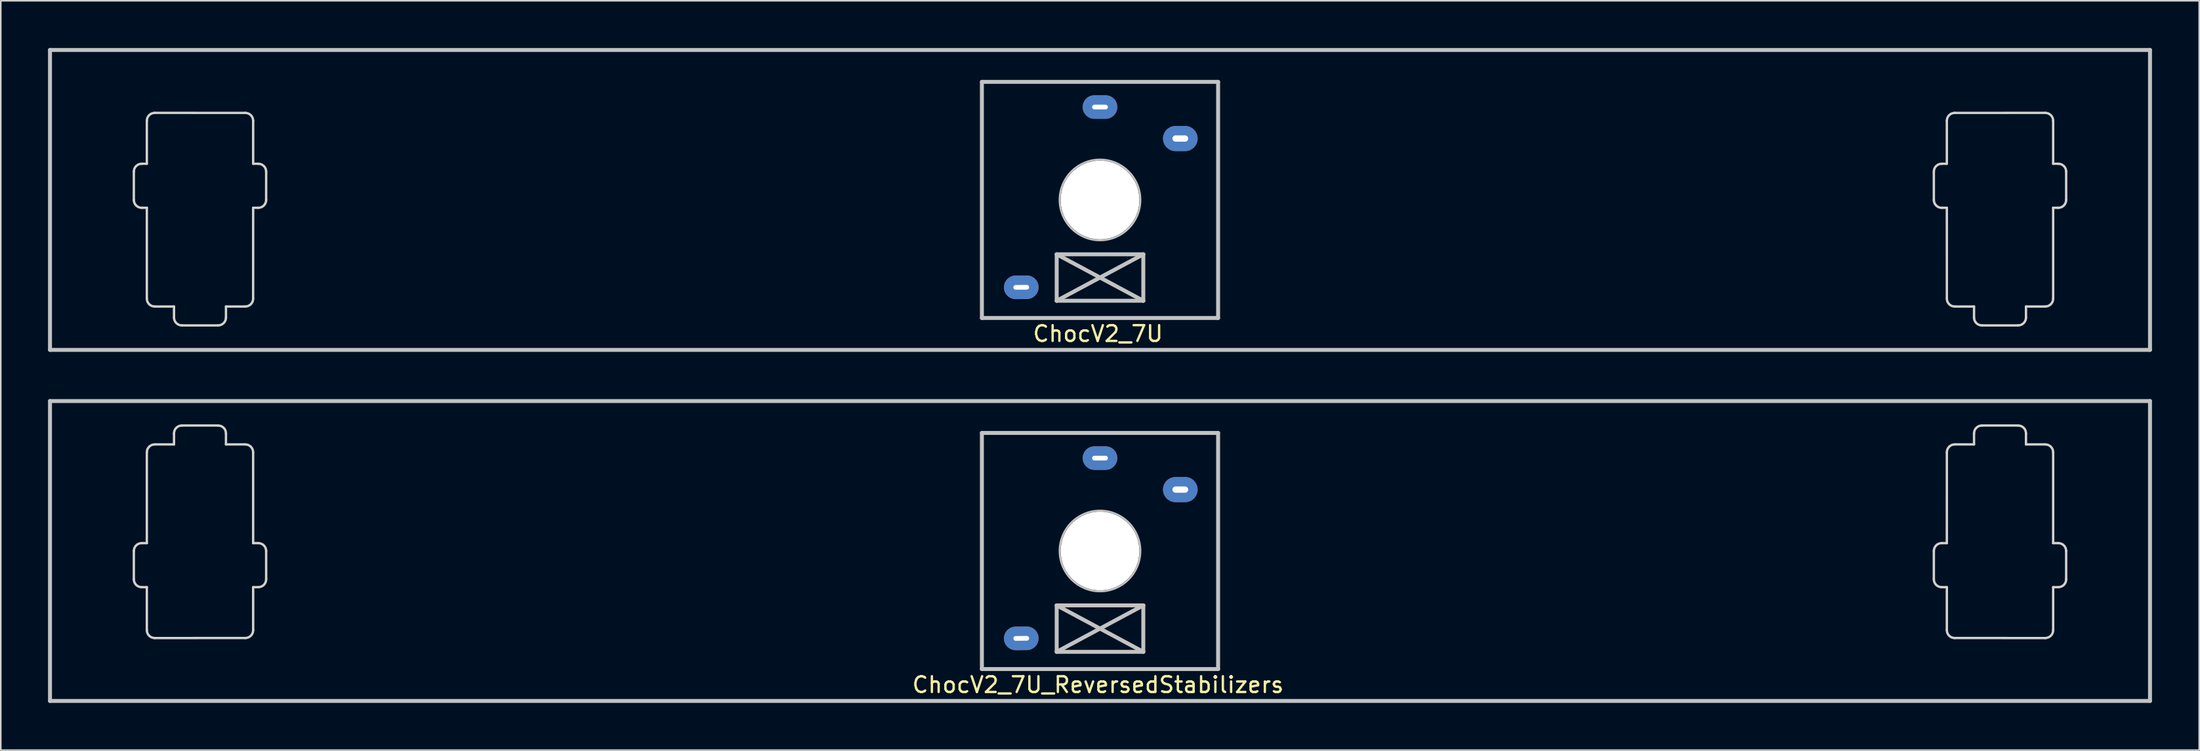
<source format=kicad_pcb>
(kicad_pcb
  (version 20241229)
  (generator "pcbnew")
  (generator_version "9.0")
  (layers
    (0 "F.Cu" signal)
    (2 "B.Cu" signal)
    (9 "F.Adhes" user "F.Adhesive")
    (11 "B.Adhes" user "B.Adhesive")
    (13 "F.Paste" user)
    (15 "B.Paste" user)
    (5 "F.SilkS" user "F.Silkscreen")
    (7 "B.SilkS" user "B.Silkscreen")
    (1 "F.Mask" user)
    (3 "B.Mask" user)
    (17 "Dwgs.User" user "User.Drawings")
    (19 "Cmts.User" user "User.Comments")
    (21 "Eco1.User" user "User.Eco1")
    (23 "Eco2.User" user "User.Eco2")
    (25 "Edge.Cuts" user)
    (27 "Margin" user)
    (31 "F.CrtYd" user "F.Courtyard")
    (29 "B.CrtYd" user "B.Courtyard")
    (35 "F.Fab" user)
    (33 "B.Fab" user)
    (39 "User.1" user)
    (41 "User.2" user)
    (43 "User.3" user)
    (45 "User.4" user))
  (footprint "ChocV2_7U"
    (layer "F.Cu")
    (at 66.8 9.65)
    (property "Reference" "ChocV2_7U" (at -0.127 8.5 0) (layer "F.SilkS") (effects (font (size 1 1) (thickness 0.15))))
    (attr through_hole)
    (fp_line (start -66.675 9.525) (end -66.675 -9.525) (stroke (width 0.25) (type solid)) (layer "Dwgs.User"))
    (fp_line (start -66.675 9.525) (end 66.675 9.525) (stroke (width 0.25) (type solid)) (layer "Dwgs.User"))
    (fp_line (start -7.5 -7.5) (end 7.5 -7.5) (stroke (width 0.25) (type solid)) (layer "Dwgs.User"))
    (fp_line (start -7.5 7.5) (end -7.5 -7.5) (stroke (width 0.25) (type solid)) (layer "Dwgs.User"))
    (fp_line (start -2.75 3.455) (end -2.75 6.405) (stroke (width 0.25) (type solid)) (layer "Dwgs.User"))
    (fp_line (start -2.75 3.455) (end 2.75 6.405) (stroke (width 0.25) (type solid)) (layer "Dwgs.User"))
    (fp_line (start -2.75 6.405) (end 2.75 3.455) (stroke (width 0.25) (type solid)) (layer "Dwgs.User"))
    (fp_line (start -2.75 6.405) (end 2.75 6.405) (stroke (width 0.25) (type solid)) (layer "Dwgs.User"))
    (fp_line (start 2.75 3.455) (end -2.75 3.455) (stroke (width 0.25) (type solid)) (layer "Dwgs.User"))
    (fp_line (start 2.75 6.405) (end 2.75 3.455) (stroke (width 0.25) (type solid)) (layer "Dwgs.User"))
    (fp_line (start 7.5 -7.5) (end 7.5 7.5) (stroke (width 0.25) (type solid)) (layer "Dwgs.User"))
    (fp_line (start 7.5 7.5) (end -7.5 7.5) (stroke (width 0.25) (type solid)) (layer "Dwgs.User"))
    (fp_line (start 66.675 -9.525) (end -66.675 -9.525) (stroke (width 0.25) (type solid)) (layer "Dwgs.User"))
    (fp_line (start 66.675 -9.525) (end 66.675 9.525) (stroke (width 0.25) (type solid)) (layer "Dwgs.User"))
    (fp_circle (center 0 0) (end -0.711 -2.464) (stroke (width 0.12) (type solid)) (fill no) (layer "Dwgs.User"))
    (fp_line (start -61.351 -1.799) (end -61.351 -0.000469) (stroke (width 0.15) (type solid)) (layer "Edge.Cuts"))
    (fp_line (start -60.851 0.5) (end -60.525 0.5) (stroke (width 0.15) (type solid)) (layer "Edge.Cuts"))
    (fp_line (start -60.525 -5.029) (end -60.525 -2.299) (stroke (width 0.15) (type solid)) (layer "Edge.Cuts"))
    (fp_line (start -60.525 -2.299) (end -60.851 -2.299) (stroke (width 0.15) (type solid)) (layer "Edge.Cuts"))
    (fp_line (start -60.525 0.5) (end -60.525 6.27) (stroke (width 0.15) (type solid)) (layer "Edge.Cuts"))
    (fp_line (start -60.025 6.77) (end -58.8 6.77) (stroke (width 0.15) (type solid)) (layer "Edge.Cuts"))
    (fp_line (start -60.025 -5.53) (end -54.274 -5.529) (stroke (width 0.15) (type solid)) (layer "Edge.Cuts"))
    (fp_line (start -58.8 6.77) (end -58.8 7.47) (stroke (width 0.15) (type solid)) (layer "Edge.Cuts"))
    (fp_line (start -56.001 7.97) (end -58.3 7.97) (stroke (width 0.15) (type solid)) (layer "Edge.Cuts"))
    (fp_line (start -55.501 6.77) (end -55.501 7.47) (stroke (width 0.15) (type solid)) (layer "Edge.Cuts"))
    (fp_line (start -54.276 6.77) (end -55.501 6.77) (stroke (width 0.15) (type solid)) (layer "Edge.Cuts"))
    (fp_line (start -53.775 0.5) (end -53.776 6.27) (stroke (width 0.15) (type solid)) (layer "Edge.Cuts"))
    (fp_line (start -53.775 -2.299) (end -53.449 -2.299) (stroke (width 0.15) (type solid)) (layer "Edge.Cuts"))
    (fp_line (start -53.775 -5.029) (end -53.775 -2.299) (stroke (width 0.15) (type solid)) (layer "Edge.Cuts"))
    (fp_line (start -53.45 0.5) (end -53.775 0.5) (stroke (width 0.15) (type solid)) (layer "Edge.Cuts"))
    (fp_line (start -52.949 -1.799) (end -52.95 -0.000034) (stroke (width 0.15) (type solid)) (layer "Edge.Cuts"))
    (fp_line (start 52.949 -1.799) (end 52.95 -0.000034) (stroke (width 0.15) (type solid)) (layer "Edge.Cuts"))
    (fp_line (start 53.45 0.5) (end 53.775 0.5) (stroke (width 0.15) (type solid)) (layer "Edge.Cuts"))
    (fp_line (start 53.775 -5.029) (end 53.775 -2.299) (stroke (width 0.15) (type solid)) (layer "Edge.Cuts"))
    (fp_line (start 53.775 -2.299) (end 53.449 -2.299) (stroke (width 0.15) (type solid)) (layer "Edge.Cuts"))
    (fp_line (start 53.775 0.5) (end 53.776 6.27) (stroke (width 0.15) (type solid)) (layer "Edge.Cuts"))
    (fp_line (start 54.276 6.77) (end 55.501 6.77) (stroke (width 0.15) (type solid)) (layer "Edge.Cuts"))
    (fp_line (start 55.501 6.77) (end 55.501 7.47) (stroke (width 0.15) (type solid)) (layer "Edge.Cuts"))
    (fp_line (start 56.001 7.97) (end 58.3 7.97) (stroke (width 0.15) (type solid)) (layer "Edge.Cuts"))
    (fp_line (start 58.8 6.77) (end 58.8 7.47) (stroke (width 0.15) (type solid)) (layer "Edge.Cuts"))
    (fp_line (start 60.025 -5.53) (end 54.274 -5.529) (stroke (width 0.15) (type solid)) (layer "Edge.Cuts"))
    (fp_line (start 60.025 6.77) (end 58.8 6.77) (stroke (width 0.15) (type solid)) (layer "Edge.Cuts"))
    (fp_line (start 60.525 -5.029) (end 60.525 -2.299) (stroke (width 0.15) (type solid)) (layer "Edge.Cuts"))
    (fp_line (start 60.525 -2.299) (end 60.851 -2.299) (stroke (width 0.15) (type solid)) (layer "Edge.Cuts"))
    (fp_line (start 60.525 0.5) (end 60.525 6.27) (stroke (width 0.15) (type solid)) (layer "Edge.Cuts"))
    (fp_line (start 60.851 0.5) (end 60.525 0.5) (stroke (width 0.15) (type solid)) (layer "Edge.Cuts"))
    (fp_line (start 61.351 -1.799) (end 61.351 -0.000469) (stroke (width 0.15) (type solid)) (layer "Edge.Cuts"))
    (fp_arc (start -61.3509 -1.79923) (mid -61.204453 -2.152783) (end -60.8509 -2.29923) (stroke (width 0.15) (type solid)) (layer "Edge.Cuts"))
    (fp_arc (start -60.8509 0.499531) (mid -61.204453 0.353084) (end -61.3509 -0.000469) (stroke (width 0.15) (type solid)) (layer "Edge.Cuts"))
    (fp_arc (start -60.52547 -5.029429) (mid -60.379023 -5.382982) (end -60.02547 -5.529429) (stroke (width 0.15) (type solid)) (layer "Edge.Cuts"))
    (fp_arc (start -60.02547 6.769599) (mid -60.379023 6.623152) (end -60.52547 6.269599) (stroke (width 0.15) (type solid)) (layer "Edge.Cuts"))
    (fp_arc (start -58.30017 7.96987) (mid -58.653723 7.823423) (end -58.80017 7.46987) (stroke (width 0.15) (type solid)) (layer "Edge.Cuts"))
    (fp_arc (start -55.501098 7.470041) (mid -55.647581 7.823579) (end -56.00115 7.969989) (stroke (width 0.15) (type solid)) (layer "Edge.Cuts"))
    (fp_arc (start -54.274449 -5.529131) (mid -53.920911 -5.382648) (end -53.774501 -5.029079) (stroke (width 0.15) (type solid)) (layer "Edge.Cuts"))
    (fp_arc (start -53.775673 6.26995) (mid -53.922156 6.623488) (end -54.275725 6.769898) (stroke (width 0.15) (type solid)) (layer "Edge.Cuts"))
    (fp_arc (start -53.449354 -2.298846) (mid -53.095816 -2.152363) (end -52.949406 -1.798794) (stroke (width 0.15) (type solid)) (layer "Edge.Cuts"))
    (fp_arc (start -52.949594 -0.000034) (mid -53.096077 0.353503) (end -53.449645 0.499913) (stroke (width 0.15) (type solid)) (layer "Edge.Cuts"))
    (fp_arc (start 52.949406 -1.798795) (mid 53.095817 -2.152363) (end 53.449355 -2.298846) (stroke (width 0.15) (type solid)) (layer "Edge.Cuts"))
    (fp_arc (start 53.449645 0.499914) (mid 53.096076 0.353504) (end 52.949593 -0.000034) (stroke (width 0.15) (type solid)) (layer "Edge.Cuts"))
    (fp_arc (start 53.774501 -5.02908) (mid 53.920912 -5.382648) (end 54.27445 -5.529131) (stroke (width 0.15) (type solid)) (layer "Edge.Cuts"))
    (fp_arc (start 54.275725 6.769898) (mid 53.922156 6.623488) (end 53.775673 6.26995) (stroke (width 0.15) (type solid)) (layer "Edge.Cuts"))
    (fp_arc (start 56.00115 7.969989) (mid 55.647581 7.823579) (end 55.501098 7.470041) (stroke (width 0.15) (type solid)) (layer "Edge.Cuts"))
    (fp_arc (start 58.800169 7.46987) (mid 58.653723 7.823423) (end 58.30017 7.969869) (stroke (width 0.15) (type solid)) (layer "Edge.Cuts"))
    (fp_arc (start 60.02547 -5.529429) (mid 60.379023 -5.382982) (end 60.52547 -5.029429) (stroke (width 0.15) (type solid)) (layer "Edge.Cuts"))
    (fp_arc (start 60.52547 6.269599) (mid 60.379023 6.623152) (end 60.02547 6.769599) (stroke (width 0.15) (type solid)) (layer "Edge.Cuts"))
    (fp_arc (start 60.8509 -2.29923) (mid 61.204453 -2.152783) (end 61.3509 -1.79923) (stroke (width 0.15) (type solid)) (layer "Edge.Cuts"))
    (fp_arc (start 61.350899 -0.000469) (mid 61.204453 0.353084) (end 60.8509 0.49953) (stroke (width 0.15) (type solid)) (layer "Edge.Cuts"))
    (pad "" np_thru_hole circle (at 0 0 90) (size 5 5) (drill 5) (layers "*.Cu" "*.Mask"))
    (pad "1" thru_hole oval (at 5.1 -3.9 180) (size 2.2 1.6) (drill oval 1 0.4) (layers "*.Cu" "B.Mask"))
    (pad "2" thru_hole oval (at 0 -5.9 180) (size 2.2 1.5) (drill oval 1 0.3) (layers "*.Cu" "B.Mask"))
    (pad "NC" thru_hole oval (at -5 5.55 180.5) (size 2.2 1.5) (drill oval 1 0.3) (layers "*.Cu" "B.Mask")))
  (footprint "ChocV2_7U_ReversedStabilizers"
    (layer "F.Cu")
    (at 66.8 31.95)
    (property "Reference" "ChocV2_7U_ReversedStabilizers" (at -0.127 8.5 0) (layer "F.SilkS") (effects (font (size 1 1) (thickness 0.15))))
    (attr through_hole)
    (fp_line (start -66.675 9.525) (end -66.675 -9.525) (stroke (width 0.25) (type solid)) (layer "Dwgs.User"))
    (fp_line (start -66.675 9.525) (end 66.675 9.525) (stroke (width 0.25) (type solid)) (layer "Dwgs.User"))
    (fp_line (start -7.5 -7.5) (end 7.5 -7.5) (stroke (width 0.25) (type solid)) (layer "Dwgs.User"))
    (fp_line (start -7.5 7.5) (end -7.5 -7.5) (stroke (width 0.25) (type solid)) (layer "Dwgs.User"))
    (fp_line (start -2.75 3.455) (end -2.75 6.405) (stroke (width 0.25) (type solid)) (layer "Dwgs.User"))
    (fp_line (start -2.75 3.455) (end 2.75 6.405) (stroke (width 0.25) (type solid)) (layer "Dwgs.User"))
    (fp_line (start -2.75 6.405) (end 2.75 3.455) (stroke (width 0.25) (type solid)) (layer "Dwgs.User"))
    (fp_line (start -2.75 6.405) (end 2.75 6.405) (stroke (width 0.25) (type solid)) (layer "Dwgs.User"))
    (fp_line (start 2.75 3.455) (end -2.75 3.455) (stroke (width 0.25) (type solid)) (layer "Dwgs.User"))
    (fp_line (start 2.75 6.405) (end 2.75 3.455) (stroke (width 0.25) (type solid)) (layer "Dwgs.User"))
    (fp_line (start 7.5 -7.5) (end 7.5 7.5) (stroke (width 0.25) (type solid)) (layer "Dwgs.User"))
    (fp_line (start 7.5 7.5) (end -7.5 7.5) (stroke (width 0.25) (type solid)) (layer "Dwgs.User"))
    (fp_line (start 66.675 -9.525) (end -66.675 -9.525) (stroke (width 0.25) (type solid)) (layer "Dwgs.User"))
    (fp_line (start 66.675 -9.525) (end 66.675 9.525) (stroke (width 0.25) (type solid)) (layer "Dwgs.User"))
    (fp_circle (center 0 0) (end -0.711 -2.464) (stroke (width 0.12) (type solid)) (fill no) (layer "Dwgs.User"))
    (fp_line (start -61.351 1.799) (end -61.351 0.000469) (stroke (width 0.15) (type solid)) (layer "Edge.Cuts"))
    (fp_line (start -60.851 -0.5) (end -60.525 -0.5) (stroke (width 0.15) (type solid)) (layer "Edge.Cuts"))
    (fp_line (start -60.525 -0.5) (end -60.525 -6.27) (stroke (width 0.15) (type solid)) (layer "Edge.Cuts"))
    (fp_line (start -60.525 2.299) (end -60.851 2.299) (stroke (width 0.15) (type solid)) (layer "Edge.Cuts"))
    (fp_line (start -60.525 5.029) (end -60.525 2.299) (stroke (width 0.15) (type solid)) (layer "Edge.Cuts"))
    (fp_line (start -60.025 -6.77) (end -58.8 -6.77) (stroke (width 0.15) (type solid)) (layer "Edge.Cuts"))
    (fp_line (start -60.025 5.53) (end -54.274 5.529) (stroke (width 0.15) (type solid)) (layer "Edge.Cuts"))
    (fp_line (start -58.8 -6.77) (end -58.8 -7.47) (stroke (width 0.15) (type solid)) (layer "Edge.Cuts"))
    (fp_line (start -56.001 -7.97) (end -58.3 -7.97) (stroke (width 0.15) (type solid)) (layer "Edge.Cuts"))
    (fp_line (start -55.501 -6.77) (end -55.501 -7.47) (stroke (width 0.15) (type solid)) (layer "Edge.Cuts"))
    (fp_line (start -54.276 -6.77) (end -55.501 -6.77) (stroke (width 0.15) (type solid)) (layer "Edge.Cuts"))
    (fp_line (start -53.775 -0.5) (end -53.776 -6.27) (stroke (width 0.15) (type solid)) (layer "Edge.Cuts"))
    (fp_line (start -53.775 2.299) (end -53.449 2.299) (stroke (width 0.15) (type solid)) (layer "Edge.Cuts"))
    (fp_line (start -53.775 5.029) (end -53.775 2.299) (stroke (width 0.15) (type solid)) (layer "Edge.Cuts"))
    (fp_line (start -53.45 -0.5) (end -53.775 -0.5) (stroke (width 0.15) (type solid)) (layer "Edge.Cuts"))
    (fp_line (start -52.949 1.799) (end -52.95 0.000034) (stroke (width 0.15) (type solid)) (layer "Edge.Cuts"))
    (fp_line (start 52.949 1.799) (end 52.95 0.000034) (stroke (width 0.15) (type solid)) (layer "Edge.Cuts"))
    (fp_line (start 53.45 -0.5) (end 53.775 -0.5) (stroke (width 0.15) (type solid)) (layer "Edge.Cuts"))
    (fp_line (start 53.775 5.029) (end 53.775 2.299) (stroke (width 0.15) (type solid)) (layer "Edge.Cuts"))
    (fp_line (start 53.775 2.299) (end 53.449 2.299) (stroke (width 0.15) (type solid)) (layer "Edge.Cuts"))
    (fp_line (start 53.775 -0.5) (end 53.776 -6.27) (stroke (width 0.15) (type solid)) (layer "Edge.Cuts"))
    (fp_line (start 54.276 -6.77) (end 55.501 -6.77) (stroke (width 0.15) (type solid)) (layer "Edge.Cuts"))
    (fp_line (start 55.501 -6.77) (end 55.501 -7.47) (stroke (width 0.15) (type solid)) (layer "Edge.Cuts"))
    (fp_line (start 56.001 -7.97) (end 58.3 -7.97) (stroke (width 0.15) (type solid)) (layer "Edge.Cuts"))
    (fp_line (start 58.8 -6.77) (end 58.8 -7.47) (stroke (width 0.15) (type solid)) (layer "Edge.Cuts"))
    (fp_line (start 60.025 5.53) (end 54.274 5.529) (stroke (width 0.15) (type solid)) (layer "Edge.Cuts"))
    (fp_line (start 60.025 -6.77) (end 58.8 -6.77) (stroke (width 0.15) (type solid)) (layer "Edge.Cuts"))
    (fp_line (start 60.525 -0.5) (end 60.525 -6.27) (stroke (width 0.15) (type solid)) (layer "Edge.Cuts"))
    (fp_line (start 60.525 2.299) (end 60.851 2.299) (stroke (width 0.15) (type solid)) (layer "Edge.Cuts"))
    (fp_line (start 60.525 5.029) (end 60.525 2.299) (stroke (width 0.15) (type solid)) (layer "Edge.Cuts"))
    (fp_line (start 60.851 -0.5) (end 60.525 -0.5) (stroke (width 0.15) (type solid)) (layer "Edge.Cuts"))
    (fp_line (start 61.351 1.799) (end 61.351 0.000469) (stroke (width 0.15) (type solid)) (layer "Edge.Cuts"))
    (fp_arc (start -61.350899 0.000469) (mid -61.204453 -0.353084) (end -60.8509 -0.49953) (stroke (width 0.15) (type solid)) (layer "Edge.Cuts"))
    (fp_arc (start -60.8509 2.29923) (mid -61.204453 2.152783) (end -61.3509 1.79923) (stroke (width 0.15) (type solid)) (layer "Edge.Cuts"))
    (fp_arc (start -60.52547 -6.269599) (mid -60.379023 -6.623152) (end -60.02547 -6.769599) (stroke (width 0.15) (type solid)) (layer "Edge.Cuts"))
    (fp_arc (start -60.02547 5.529429) (mid -60.379023 5.382982) (end -60.52547 5.029429) (stroke (width 0.15) (type solid)) (layer "Edge.Cuts"))
    (fp_arc (start -58.800169 -7.46987) (mid -58.653723 -7.823423) (end -58.30017 -7.969869) (stroke (width 0.15) (type solid)) (layer "Edge.Cuts"))
    (fp_arc (start -56.00115 -7.969989) (mid -55.647581 -7.823579) (end -55.501098 -7.470041) (stroke (width 0.15) (type solid)) (layer "Edge.Cuts"))
    (fp_arc (start -54.275725 -6.769898) (mid -53.922156 -6.623488) (end -53.775673 -6.26995) (stroke (width 0.15) (type solid)) (layer "Edge.Cuts"))
    (fp_arc (start -53.774501 5.02908) (mid -53.920912 5.382648) (end -54.27445 5.529131) (stroke (width 0.15) (type solid)) (layer "Edge.Cuts"))
    (fp_arc (start -53.449645 -0.499914) (mid -53.096076 -0.353504) (end -52.949593 0.000034) (stroke (width 0.15) (type solid)) (layer "Edge.Cuts"))
    (fp_arc (start -52.949406 1.798795) (mid -53.095817 2.152363) (end -53.449355 2.298846) (stroke (width 0.15) (type solid)) (layer "Edge.Cuts"))
    (fp_arc (start 52.949594 0.000034) (mid 53.096077 -0.353503) (end 53.449645 -0.499913) (stroke (width 0.15) (type solid)) (layer "Edge.Cuts"))
    (fp_arc (start 53.449354 2.298846) (mid 53.095816 2.152363) (end 52.949406 1.798794) (stroke (width 0.15) (type solid)) (layer "Edge.Cuts"))
    (fp_arc (start 53.775673 -6.26995) (mid 53.922156 -6.623488) (end 54.275725 -6.769898) (stroke (width 0.15) (type solid)) (layer "Edge.Cuts"))
    (fp_arc (start 54.274449 5.529131) (mid 53.920911 5.382648) (end 53.774501 5.029079) (stroke (width 0.15) (type solid)) (layer "Edge.Cuts"))
    (fp_arc (start 55.501098 -7.470041) (mid 55.647581 -7.823579) (end 56.00115 -7.969989) (stroke (width 0.15) (type solid)) (layer "Edge.Cuts"))
    (fp_arc (start 58.30017 -7.96987) (mid 58.653723 -7.823423) (end 58.80017 -7.46987) (stroke (width 0.15) (type solid)) (layer "Edge.Cuts"))
    (fp_arc (start 60.02547 -6.769599) (mid 60.379023 -6.623152) (end 60.52547 -6.269599) (stroke (width 0.15) (type solid)) (layer "Edge.Cuts"))
    (fp_arc (start 60.52547 5.029429) (mid 60.379023 5.382982) (end 60.02547 5.529429) (stroke (width 0.15) (type solid)) (layer "Edge.Cuts"))
    (fp_arc (start 60.8509 -0.499531) (mid 61.204453 -0.353084) (end 61.3509 0.000469) (stroke (width 0.15) (type solid)) (layer "Edge.Cuts"))
    (fp_arc (start 61.3509 1.79923) (mid 61.204453 2.152783) (end 60.8509 2.29923) (stroke (width 0.15) (type solid)) (layer "Edge.Cuts"))
    (pad "" np_thru_hole circle (at 0 0 90) (size 5 5) (drill 5) (layers "*.Cu" "*.Mask"))
    (pad "1" thru_hole oval (at 5.1 -3.9 180) (size 2.2 1.6) (drill oval 1 0.4) (layers "*.Cu" "B.Mask"))
    (pad "2" thru_hole oval (at 0 -5.9 180) (size 2.2 1.5) (drill oval 1 0.3) (layers "*.Cu" "B.Mask"))
    (pad "NC" thru_hole oval (at -5 5.55 180.5) (size 2.2 1.5) (drill oval 1 0.3) (layers "*.Cu" "B.Mask")))
  (gr_rect
    (start -3 -3)
    (end 136.6 44.6)
    (stroke (width 0.1) (type default))
    (fill no)
    (layer "Edge.Cuts")))
</source>
